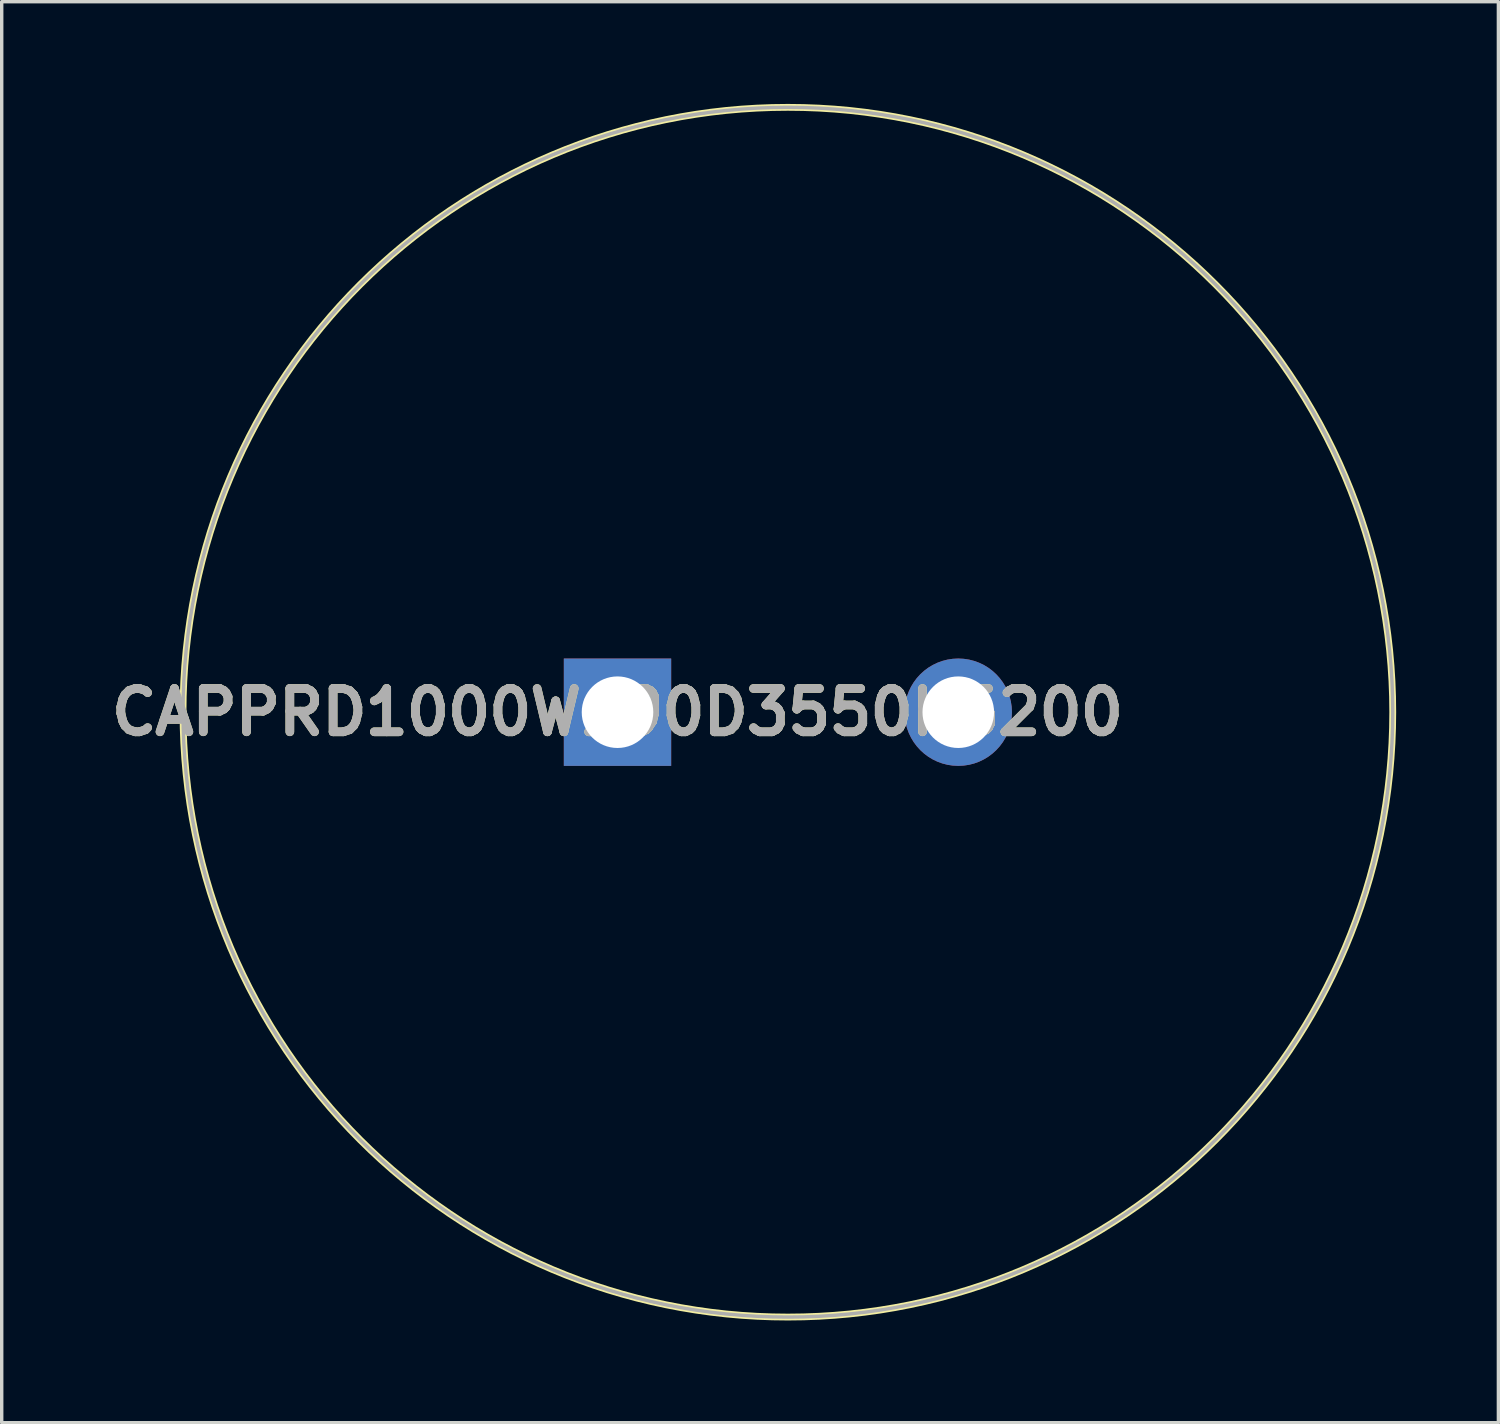
<source format=kicad_pcb>
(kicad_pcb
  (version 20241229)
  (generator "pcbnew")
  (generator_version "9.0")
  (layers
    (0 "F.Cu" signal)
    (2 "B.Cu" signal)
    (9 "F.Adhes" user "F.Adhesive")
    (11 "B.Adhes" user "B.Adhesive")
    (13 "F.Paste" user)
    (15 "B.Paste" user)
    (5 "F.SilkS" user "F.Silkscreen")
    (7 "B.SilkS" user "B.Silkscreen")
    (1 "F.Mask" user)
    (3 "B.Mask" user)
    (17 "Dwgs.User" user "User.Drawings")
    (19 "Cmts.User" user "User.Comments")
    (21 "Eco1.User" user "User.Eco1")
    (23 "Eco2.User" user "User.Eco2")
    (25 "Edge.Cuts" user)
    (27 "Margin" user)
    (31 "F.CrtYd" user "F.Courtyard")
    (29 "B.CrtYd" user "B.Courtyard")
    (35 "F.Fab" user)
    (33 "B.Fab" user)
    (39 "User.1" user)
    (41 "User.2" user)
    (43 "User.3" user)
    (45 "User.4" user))
  (footprint "CAPPRD1000W190D3550H5200"
    (layer "F.Cu")
    (at 15.071 17.85)
    (property "Reference" "CAPPRD1000W190D3550H5200" (at 0 0 0) (layer "F.SilkS") (effects (font (size 1.27 1.27) (thickness 0.254))))
    (attr through_hole)
    (fp_circle (center 5 0) (end 5 17.75) (stroke (width 0.2) (type solid)) (fill no) (layer "F.SilkS"))
    (fp_circle (center 5 0) (end 5 17.75) (stroke (width 0.1) (type solid)) (fill no) (layer "F.Fab"))
    (fp_text user "${REFERENCE}" (at 0 0 0) (layer "F.Fab") (effects (font (size 1.27 1.27) (thickness 0.254))))
    (pad "1" thru_hole rect (at 0 0) (size 3.15 3.15) (drill 2.1) (layers "*.Cu" "*.Mask"))
    (pad "2" thru_hole circle (at 10 0) (size 3.15 3.15) (drill 2.1) (layers "*.Cu" "*.Mask")))
  (gr_rect
    (start -3 -3)
    (end 40.921 38.7)
    (stroke (width 0.1) (type default))
    (fill no)
    (layer "Edge.Cuts")))
</source>
